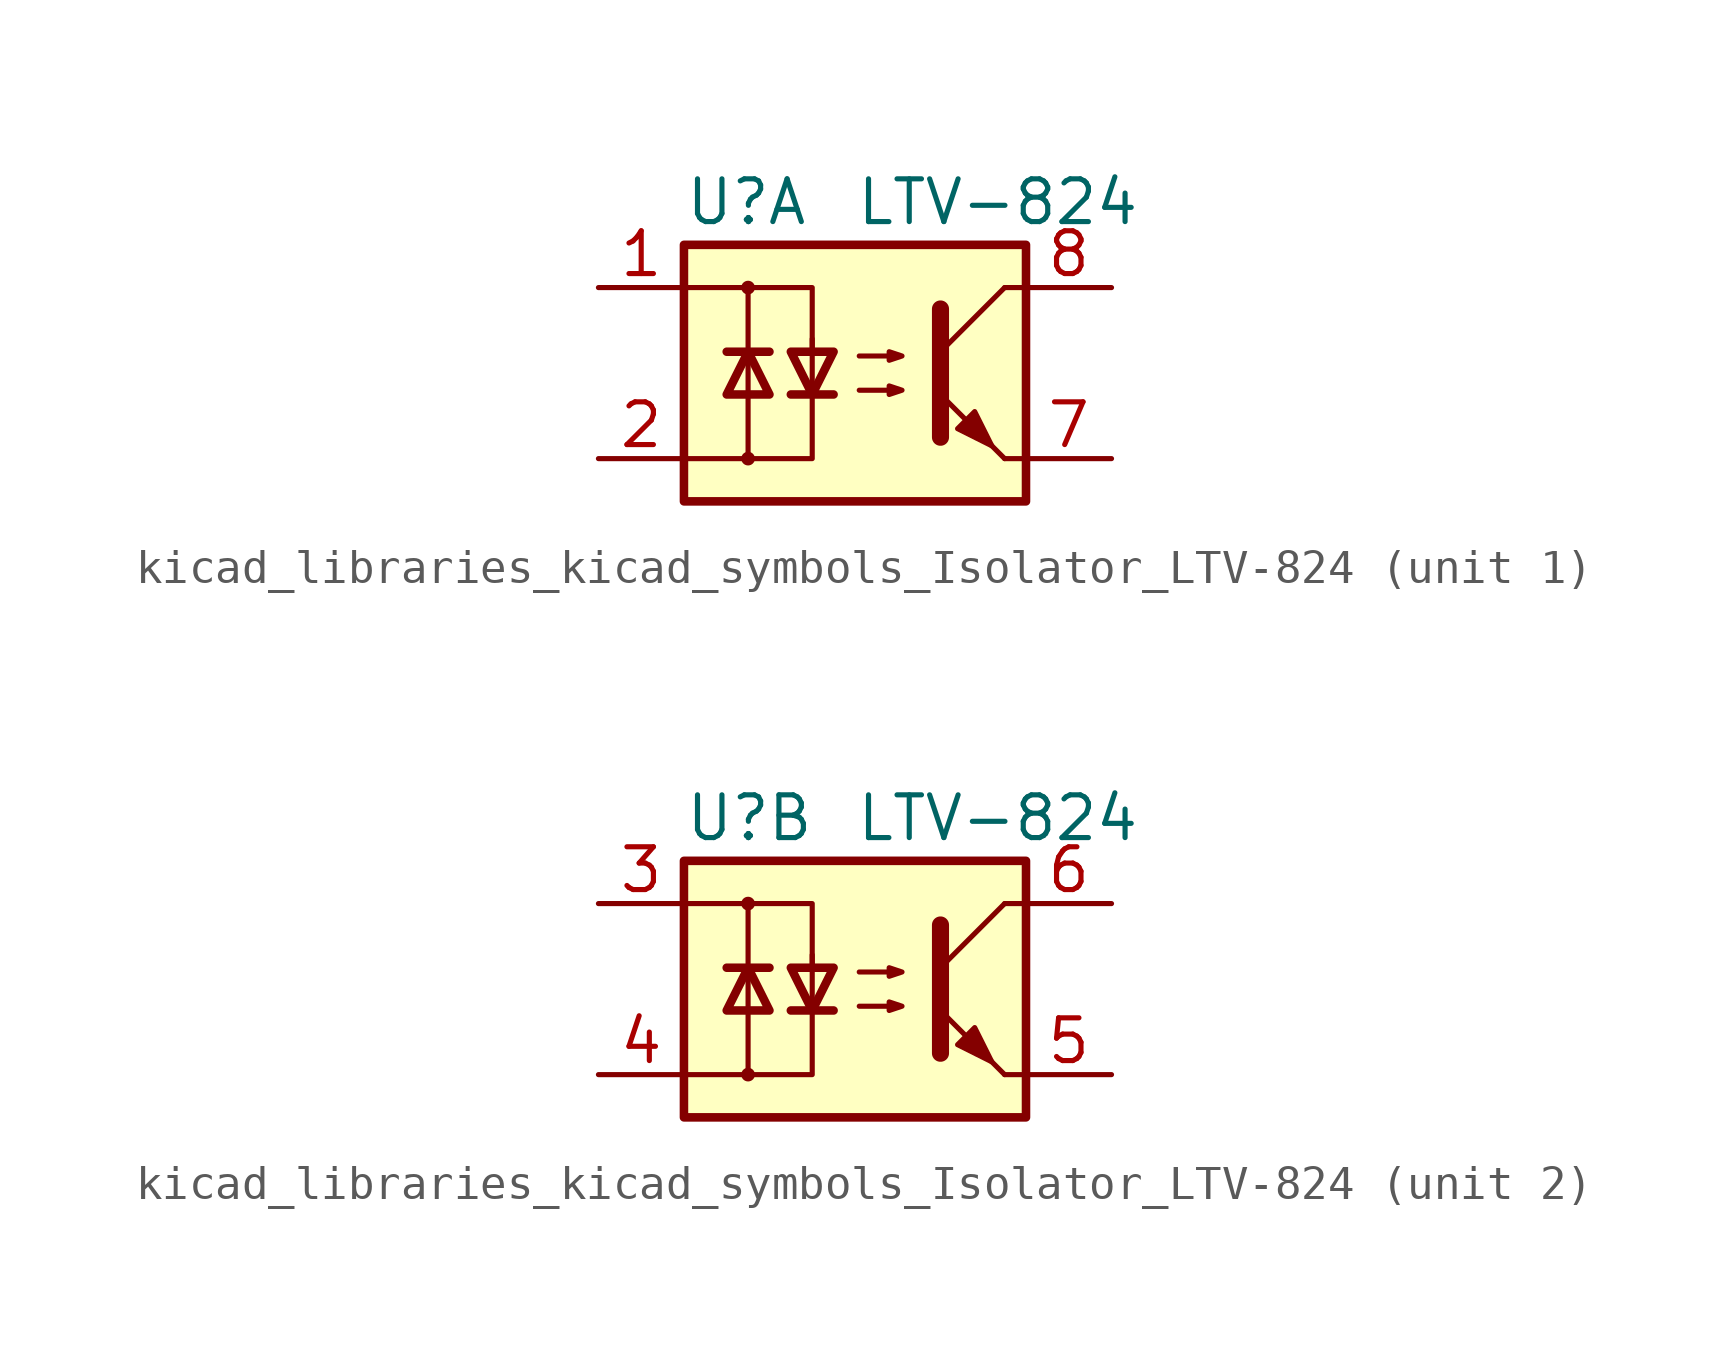
<source format=kicad_sym>
(kicad_symbol_lib
  (version 20220914)
  (generator kicad_symbol_editor)
  (symbol "kicad_libraries_kicad_symbols_Isolator_LTV-824"
    (pin_names
      (offset 1.016))
    (property "Reference" "U"
      (at -5.08 5.08 0)
      (effects (font (size 1.27 1.27)) (justify left)))
    (property "Value" "LTV-824"
      (at 0 5.08 0)
      (effects (font (size 1.27 1.27)) (justify left)))
    (symbol "kicad_libraries_kicad_symbols_Isolator_LTV-824_0_1"
      (rectangle (start -5.08 3.81) (end 5.08 -3.81) (stroke (width 0.254) (type default)) (fill (type background)))
      (circle (center -3.175 -2.54) (radius 0.127) (stroke (width 0) (type default)) (fill (type none)))
      (circle (center -3.175 2.54) (radius 0.127) (stroke (width 0) (type default)) (fill (type none)))
      (polyline (pts (xy -3.81 0.635) (xy -2.54 0.635)) (stroke (width 0.254) (type default)) (fill (type none)))
      (polyline (pts (xy -3.175 0.635) (xy -3.175 -2.54)) (stroke (width 0) (type default)) (fill (type none)))
      (polyline (pts (xy -3.175 0.635) (xy -3.175 2.54)) (stroke (width 0) (type default)) (fill (type none)))
      (polyline (pts (xy -1.905 -0.635) (xy -0.635 -0.635)) (stroke (width 0.254) (type default)) (fill (type none)))
      (polyline (pts (xy 2.54 0.635) (xy 4.445 2.54)) (stroke (width 0) (type default)) (fill (type none)))
      (polyline (pts (xy 4.445 -2.54) (xy 2.54 -0.635)) (stroke (width 0) (type default)) (fill (type outline)))
      (polyline (pts (xy 4.445 -2.54) (xy 5.08 -2.54)) (stroke (width 0) (type default)) (fill (type none)))
      (polyline (pts (xy 4.445 2.54) (xy 5.08 2.54)) (stroke (width 0) (type default)) (fill (type none)))
      (polyline (pts (xy -5.08 2.54) (xy -1.27 2.54) (xy -1.27 0.635)) (stroke (width 0) (type default)) (fill (type none)))
      (polyline (pts (xy -1.27 1.016) (xy -1.27 -2.54) (xy -5.08 -2.54)) (stroke (width 0) (type default)) (fill (type none)))
      (polyline (pts (xy 2.54 1.905) (xy 2.54 -1.905) (xy 2.54 -1.905)) (stroke (width 0.508) (type default)) (fill (type none)))
      (polyline (pts (xy -3.175 0.635) (xy -3.81 -0.635) (xy -2.54 -0.635) (xy -3.175 0.635)) (stroke (width 0.254) (type default)) (fill (type none)))
      (polyline (pts (xy -1.27 -0.635) (xy -1.905 0.635) (xy -0.635 0.635) (xy -1.27 -0.635)) (stroke (width 0.254) (type default)) (fill (type none)))
      (polyline (pts (xy 0.127 -0.508) (xy 1.397 -0.508) (xy 1.016 -0.635) (xy 1.016 -0.381) (xy 1.397 -0.508)) (stroke (width 0) (type default)) (fill (type none)))
      (polyline (pts (xy 0.127 0.508) (xy 1.397 0.508) (xy 1.016 0.381) (xy 1.016 0.635) (xy 1.397 0.508)) (stroke (width 0) (type default)) (fill (type none)))
      (polyline (pts (xy 3.048 -1.651) (xy 3.556 -1.143) (xy 4.064 -2.159) (xy 3.048 -1.651) (xy 3.048 -1.651)) (stroke (width 0) (type default)) (fill (type outline))))
    (symbol "kicad_libraries_kicad_symbols_Isolator_LTV-824_1_1"
      (pin passive line (at -7.62 2.54 0) (length 2.54) (name "~" (effects (font (size 1.27 1.27)))) (number "1" (effects (font (size 1.27 1.27)))))
      (pin passive line (at -7.62 -2.54 0) (length 2.54) (name "~" (effects (font (size 1.27 1.27)))) (number "2" (effects (font (size 1.27 1.27)))))
      (pin passive line (at 7.62 -2.54 180) (length 2.54) (name "~" (effects (font (size 1.27 1.27)))) (number "7" (effects (font (size 1.27 1.27)))))
      (pin passive line (at 7.62 2.54 180) (length 2.54) (name "~" (effects (font (size 1.27 1.27)))) (number "8" (effects (font (size 1.27 1.27))))))
    (symbol "kicad_libraries_kicad_symbols_Isolator_LTV-824_2_1"
      (pin passive line (at -7.62 2.54 0) (length 2.54) (name "~" (effects (font (size 1.27 1.27)))) (number "3" (effects (font (size 1.27 1.27)))))
      (pin passive line (at -7.62 -2.54 0) (length 2.54) (name "~" (effects (font (size 1.27 1.27)))) (number "4" (effects (font (size 1.27 1.27)))))
      (pin passive line (at 7.62 -2.54 180) (length 2.54) (name "~" (effects (font (size 1.27 1.27)))) (number "5" (effects (font (size 1.27 1.27)))))
      (pin passive line (at 7.62 2.54 180) (length 2.54) (name "~" (effects (font (size 1.27 1.27)))) (number "6" (effects (font (size 1.27 1.27))))))))
</source>
